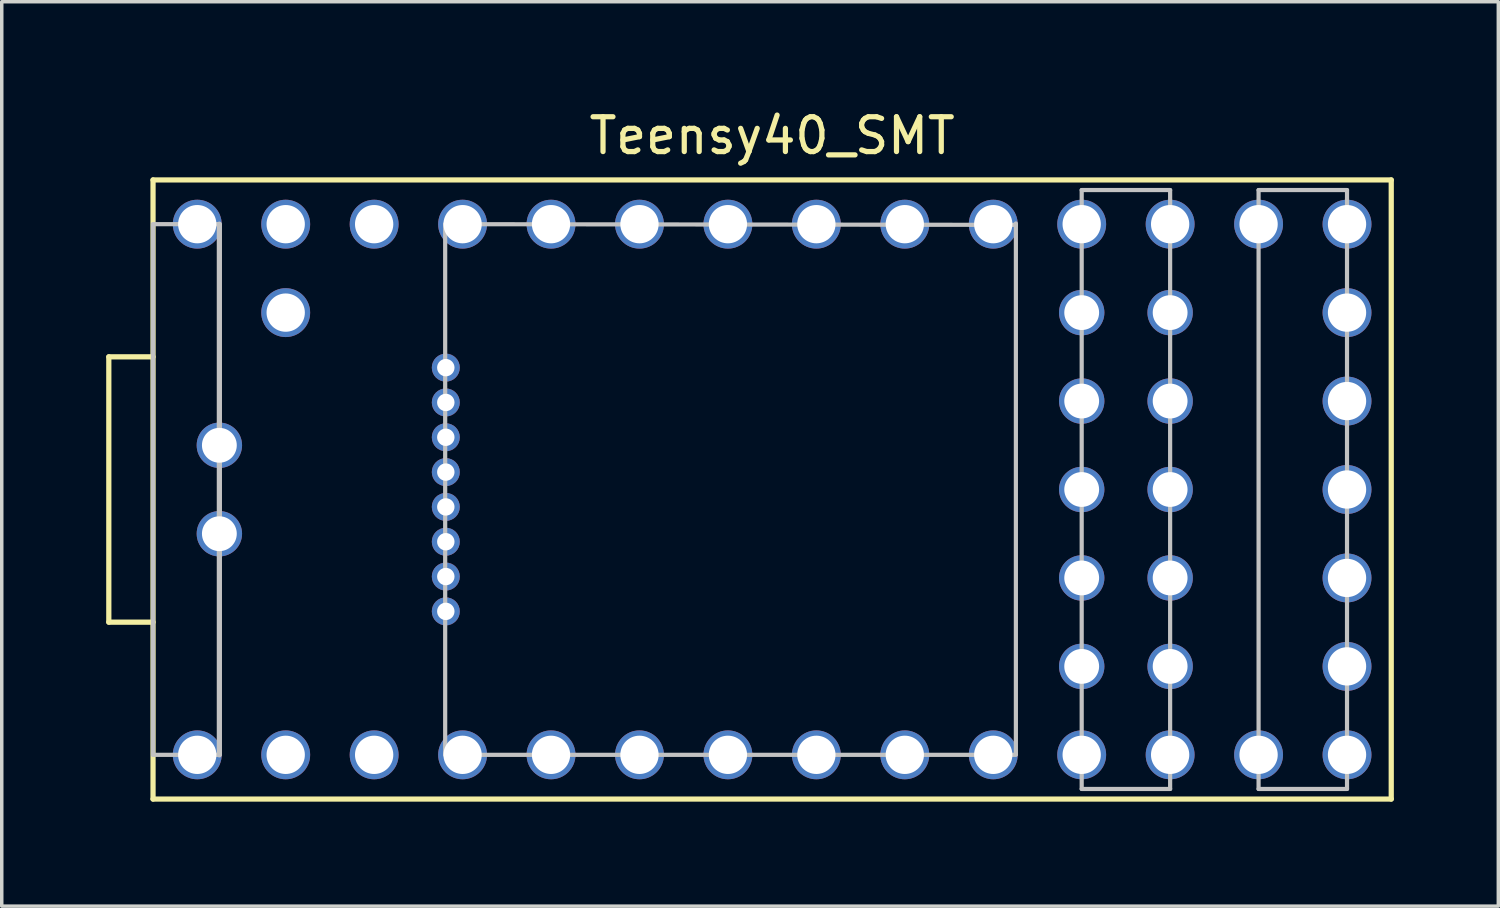
<source format=kicad_pcb>
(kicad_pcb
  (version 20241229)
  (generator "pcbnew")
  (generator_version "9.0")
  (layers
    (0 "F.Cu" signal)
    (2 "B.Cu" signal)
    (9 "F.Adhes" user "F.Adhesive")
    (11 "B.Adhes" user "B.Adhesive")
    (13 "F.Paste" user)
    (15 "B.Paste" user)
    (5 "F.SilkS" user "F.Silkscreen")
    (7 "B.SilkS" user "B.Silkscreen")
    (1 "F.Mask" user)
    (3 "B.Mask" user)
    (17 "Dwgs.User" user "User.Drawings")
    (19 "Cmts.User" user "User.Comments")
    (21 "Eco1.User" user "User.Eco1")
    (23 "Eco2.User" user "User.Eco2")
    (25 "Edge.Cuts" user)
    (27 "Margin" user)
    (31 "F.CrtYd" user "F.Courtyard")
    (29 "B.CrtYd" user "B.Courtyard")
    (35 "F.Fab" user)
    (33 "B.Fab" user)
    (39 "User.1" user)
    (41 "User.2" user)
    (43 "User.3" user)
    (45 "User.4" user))
  (footprint "Teensy40_SMT"
    (layer "F.Cu")
    (at 19.125 11.008)
    (property "Reference" "Teensy40_SMT" (at 0 -10.16 0) (layer "F.SilkS") (effects (font (size 1 1) (thickness 0.15))))
    (attr through_hole)
    (fp_line (start -19.05 -3.81) (end -19.05 3.81) (stroke (width 0.15) (type solid)) (layer "F.SilkS"))
    (fp_line (start -19.05 3.81) (end -17.78 3.81) (stroke (width 0.15) (type solid)) (layer "F.SilkS"))
    (fp_line (start -17.78 -8.89) (end -17.78 8.89) (stroke (width 0.15) (type solid)) (layer "F.SilkS"))
    (fp_line (start -17.78 -3.81) (end -19.05 -3.81) (stroke (width 0.15) (type solid)) (layer "F.SilkS"))
    (fp_line (start -17.78 8.89) (end 17.78 8.89) (stroke (width 0.15) (type solid)) (layer "F.SilkS"))
    (fp_line (start 17.78 -8.89) (end -17.78 -8.89) (stroke (width 0.15) (type solid)) (layer "F.SilkS"))
    (fp_line (start 17.78 8.89) (end 17.78 -8.89) (stroke (width 0.15) (type solid)) (layer "F.SilkS"))
    (fp_line (start -17.78 -7.62) (end -17.78 7.62) (stroke (width 0.12) (type solid)) (layer "Dwgs.User"))
    (fp_line (start -17.78 -7.62) (end -15.875 -7.62) (stroke (width 0.12) (type solid)) (layer "Dwgs.User"))
    (fp_line (start -17.78 7.62) (end -15.875 7.62) (stroke (width 0.12) (type solid)) (layer "Dwgs.User"))
    (fp_line (start -15.875 -7.62) (end -15.875 7.62) (stroke (width 0.15) (type solid)) (layer "Dwgs.User"))
    (fp_line (start -9.39 -7.62) (end -9.39 7.62) (stroke (width 0.12) (type solid)) (layer "Dwgs.User"))
    (fp_line (start -9.39 -7.62) (end 7 -7.6) (stroke (width 0.12) (type solid)) (layer "Dwgs.User"))
    (fp_line (start -9.39 7.62) (end 7 7.62) (stroke (width 0.12) (type solid)) (layer "Dwgs.User"))
    (fp_line (start 7 -7.64) (end 7 7.6) (stroke (width 0.12) (type solid)) (layer "Dwgs.User"))
    (fp_line (start 8.89 -8.6) (end 8.89 8.6) (stroke (width 0.12) (type solid)) (layer "Dwgs.User"))
    (fp_line (start 8.89 8.6) (end 11.43 8.6) (stroke (width 0.12) (type solid)) (layer "Dwgs.User"))
    (fp_line (start 11.43 -8.6) (end 8.89 -8.6) (stroke (width 0.12) (type solid)) (layer "Dwgs.User"))
    (fp_line (start 11.43 8.6) (end 11.43 -8.6) (stroke (width 0.12) (type solid)) (layer "Dwgs.User"))
    (fp_line (start 13.97 -8.6) (end 16.51 -8.6) (stroke (width 0.12) (type solid)) (layer "Dwgs.User"))
    (fp_line (start 13.97 8.6) (end 13.97 -8.6) (stroke (width 0.12) (type solid)) (layer "Dwgs.User"))
    (fp_line (start 16.51 -8.6) (end 16.51 8.6) (stroke (width 0.12) (type solid)) (layer "Dwgs.User"))
    (fp_line (start 16.51 8.6) (end 13.97 8.6) (stroke (width 0.12) (type solid)) (layer "Dwgs.User"))
    (fp_poly (pts (xy -17.272 -0.762) (xy -14.732 -0.762) (xy -14.732 -1.778) (xy -17.272 -1.778)) (stroke (width 0.1) (type solid)) (fill no) (layer "Eco1.User"))
    (fp_poly (pts (xy -17.272 1.778) (xy -14.732 1.778) (xy -14.732 0.762) (xy -17.272 0.762)) (stroke (width 0.1) (type solid)) (fill no) (layer "Eco1.User"))
    (fp_poly (pts (xy -9.5 -3.75) (xy -7.5 -3.75) (xy -7.5 -3.25) (xy -9.5 -3.25)) (stroke (width 0.1) (type solid)) (fill no) (layer "Eco1.User"))
    (fp_poly (pts (xy -9.5 -2.75) (xy -7.5 -2.75) (xy -7.5 -2.25) (xy -9.5 -2.25)) (stroke (width 0.1) (type solid)) (fill no) (layer "Eco1.User"))
    (fp_poly (pts (xy -9.5 -1.75) (xy -7.5 -1.75) (xy -7.5 -1.25) (xy -9.5 -1.25)) (stroke (width 0.1) (type solid)) (fill no) (layer "Eco1.User"))
    (fp_poly (pts (xy -9.5 -0.75) (xy -7.5 -0.75) (xy -7.5 -0.25) (xy -9.5 -0.25)) (stroke (width 0.1) (type solid)) (fill no) (layer "Eco1.User"))
    (fp_poly (pts (xy -9.5 0.25) (xy -7.5 0.25) (xy -7.5 0.75) (xy -9.5 0.75)) (stroke (width 0.1) (type solid)) (fill no) (layer "Eco1.User"))
    (fp_poly (pts (xy -9.5 1.25) (xy -7.5 1.25) (xy -7.5 1.75) (xy -9.5 1.75)) (stroke (width 0.1) (type solid)) (fill no) (layer "Eco1.User"))
    (fp_poly (pts (xy -9.5 2.25) (xy -7.5 2.25) (xy -7.5 2.75) (xy -9.5 2.75)) (stroke (width 0.1) (type solid)) (fill no) (layer "Eco1.User"))
    (fp_poly (pts (xy -9.5 3.25) (xy -7.5 3.25) (xy -7.5 3.75) (xy -9.5 3.75)) (stroke (width 0.1) (type solid)) (fill no) (layer "Eco1.User"))
    (fp_poly (pts (xy 6.858 -4.572) (xy 9.398 -4.572) (xy 9.398 -5.588) (xy 6.858 -5.588)) (stroke (width 0.1) (type solid)) (fill no) (layer "Eco1.User"))
    (fp_poly (pts (xy 6.858 -2.032) (xy 9.398 -2.032) (xy 9.398 -3.048) (xy 6.858 -3.048)) (stroke (width 0.1) (type solid)) (fill no) (layer "Eco1.User"))
    (fp_poly (pts (xy 6.858 0.508) (xy 9.398 0.508) (xy 9.398 -0.508) (xy 6.858 -0.508)) (stroke (width 0.1) (type solid)) (fill no) (layer "Eco1.User"))
    (fp_poly (pts (xy 6.858 3.048) (xy 9.398 3.048) (xy 9.398 2.032) (xy 6.858 2.032)) (stroke (width 0.1) (type solid)) (fill no) (layer "Eco1.User"))
    (fp_poly (pts (xy 6.858 5.588) (xy 9.398 5.588) (xy 9.398 4.572) (xy 6.858 4.572)) (stroke (width 0.1) (type solid)) (fill no) (layer "Eco1.User"))
    (fp_poly (pts (xy 10.922 -4.572) (xy 13.462 -4.572) (xy 13.462 -5.588) (xy 10.922 -5.588)) (stroke (width 0.1) (type solid)) (fill no) (layer "Eco1.User"))
    (fp_poly (pts (xy 10.922 -2.032) (xy 13.462 -2.032) (xy 13.462 -3.048) (xy 10.922 -3.048)) (stroke (width 0.1) (type solid)) (fill no) (layer "Eco1.User"))
    (fp_poly (pts (xy 10.922 0.508) (xy 13.462 0.508) (xy 13.462 -0.508) (xy 10.922 -0.508)) (stroke (width 0.1) (type solid)) (fill no) (layer "Eco1.User"))
    (fp_poly (pts (xy 10.922 3.048) (xy 13.462 3.048) (xy 13.462 2.032) (xy 10.922 2.032)) (stroke (width 0.1) (type solid)) (fill no) (layer "Eco1.User"))
    (fp_poly (pts (xy 10.922 5.588) (xy 13.462 5.588) (xy 13.462 4.572) (xy 10.922 4.572)) (stroke (width 0.1) (type solid)) (fill no) (layer "Eco1.User"))
    (pad "1" thru_hole circle (at -16.51 7.62) (size 1.404 1.404) (drill 1.1) (layers "*.Cu" "*.Mask"))
    (pad "2" thru_hole circle (at -13.97 7.62) (size 1.404 1.404) (drill 1.1) (layers "*.Cu" "*.Mask"))
    (pad "3" thru_hole circle (at -11.43 7.62) (size 1.404 1.404) (drill 1.1) (layers "*.Cu" "*.Mask"))
    (pad "4" thru_hole circle (at -8.89 7.62) (size 1.404 1.404) (drill 1.1) (layers "*.Cu" "*.Mask"))
    (pad "5" thru_hole circle (at -6.35 7.62) (size 1.404 1.404) (drill 1.1) (layers "*.Cu" "*.Mask"))
    (pad "6" thru_hole circle (at -3.81 7.62) (size 1.404 1.404) (drill 1.1) (layers "*.Cu" "*.Mask"))
    (pad "7" thru_hole circle (at -1.27 7.62) (size 1.404 1.404) (drill 1.1) (layers "*.Cu" "*.Mask"))
    (pad "8" thru_hole circle (at 1.27 7.62) (size 1.404 1.404) (drill 1.1) (layers "*.Cu" "*.Mask"))
    (pad "9" thru_hole circle (at 3.81 7.62) (size 1.404 1.404) (drill 1.1) (layers "*.Cu" "*.Mask"))
    (pad "10" thru_hole circle (at 6.35 7.62) (size 1.404 1.404) (drill 1.1) (layers "*.Cu" "*.Mask"))
    (pad "11" thru_hole circle (at 8.89 7.62) (size 1.404 1.404) (drill 1.1) (layers "*.Cu" "*.Mask"))
    (pad "12" thru_hole circle (at 11.43 7.62) (size 1.404 1.404) (drill 1.1) (layers "*.Cu" "*.Mask"))
    (pad "13" thru_hole circle (at 13.97 7.62) (size 1.404 1.404) (drill 1.1) (layers "*.Cu" "*.Mask"))
    (pad "14" thru_hole circle (at 16.51 7.62) (size 1.404 1.404) (drill 1.1) (layers "*.Cu" "*.Mask"))
    (pad "15" thru_hole circle (at 16.51 5.08) (size 1.404 1.404) (drill 1.1) (layers "*.Cu" "*.Mask"))
    (pad "16" thru_hole circle (at 16.51 2.54) (size 1.404 1.404) (drill 1.1) (layers "*.Cu" "*.Mask"))
    (pad "17" thru_hole circle (at 16.51 0) (size 1.404 1.404) (drill 1.1) (layers "*.Cu" "*.Mask"))
    (pad "18" thru_hole circle (at 16.51 -2.54) (size 1.404 1.404) (drill 1.1) (layers "*.Cu" "*.Mask"))
    (pad "19" thru_hole circle (at 16.51 -5.08) (size 1.404 1.404) (drill 1.1) (layers "*.Cu" "*.Mask"))
    (pad "20" thru_hole circle (at 16.51 -7.62) (size 1.404 1.404) (drill 1.1) (layers "*.Cu" "*.Mask"))
    (pad "21" thru_hole circle (at 13.97 -7.62) (size 1.404 1.404) (drill 1.1) (layers "*.Cu" "*.Mask"))
    (pad "22" thru_hole circle (at 11.43 -7.62) (size 1.404 1.404) (drill 1.1) (layers "*.Cu" "*.Mask"))
    (pad "23" thru_hole circle (at 8.89 -7.62) (size 1.404 1.404) (drill 1.1) (layers "*.Cu" "*.Mask"))
    (pad "24" thru_hole circle (at 6.35 -7.62) (size 1.404 1.404) (drill 1.1) (layers "*.Cu" "*.Mask"))
    (pad "25" thru_hole circle (at 3.81 -7.62) (size 1.404 1.404) (drill 1.1) (layers "*.Cu" "*.Mask"))
    (pad "26" thru_hole circle (at 1.27 -7.62) (size 1.404 1.404) (drill 1.1) (layers "*.Cu" "*.Mask"))
    (pad "27" thru_hole circle (at -1.27 -7.62) (size 1.404 1.404) (drill 1.1) (layers "*.Cu" "*.Mask"))
    (pad "28" thru_hole circle (at -3.81 -7.62) (size 1.404 1.404) (drill 1.1) (layers "*.Cu" "*.Mask"))
    (pad "29" thru_hole circle (at -6.35 -7.62) (size 1.404 1.404) (drill 1.1) (layers "*.Cu" "*.Mask"))
    (pad "30" thru_hole circle (at -8.89 -7.62) (size 1.404 1.404) (drill 1.1) (layers "*.Cu" "*.Mask"))
    (pad "31" thru_hole circle (at -11.43 -7.62) (size 1.404 1.404) (drill 1.1) (layers "*.Cu" "*.Mask"))
    (pad "32" thru_hole circle (at -13.97 -7.62) (size 1.404 1.404) (drill 1.1) (layers "*.Cu" "*.Mask"))
    (pad "33" thru_hole circle (at -16.51 -7.62) (size 1.404 1.404) (drill 1.1) (layers "*.Cu" "*.Mask"))
    (pad "34" thru_hole circle (at -13.97 -5.08) (size 1.404 1.404) (drill 1.1) (layers "*.Cu" "*.Mask"))
    (pad "35" thru_hole circle (at 11.43 -5.08) (size 1.304 1.304) (drill 1) (layers "*.Cu" "*.Mask"))
    (pad "36" thru_hole circle (at 8.89 -5.08) (size 1.304 1.304) (drill 1) (layers "*.Cu" "*.Mask"))
    (pad "37" thru_hole circle (at 11.43 -2.54) (size 1.304 1.304) (drill 1) (layers "*.Cu" "*.Mask"))
    (pad "38" thru_hole circle (at 8.89 -2.54) (size 1.304 1.304) (drill 1) (layers "*.Cu" "*.Mask"))
    (pad "39" thru_hole circle (at 11.43 0) (size 1.304 1.304) (drill 1) (layers "*.Cu" "*.Mask"))
    (pad "40" thru_hole circle (at 8.89 0) (size 1.304 1.304) (drill 1) (layers "*.Cu" "*.Mask"))
    (pad "41" thru_hole circle (at 11.43 2.54) (size 1.304 1.304) (drill 1) (layers "*.Cu" "*.Mask"))
    (pad "42" thru_hole circle (at 8.89 2.54) (size 1.304 1.304) (drill 1) (layers "*.Cu" "*.Mask"))
    (pad "43" thru_hole circle (at 11.43 5.08) (size 1.304 1.304) (drill 1) (layers "*.Cu" "*.Mask"))
    (pad "44" thru_hole circle (at 8.89 5.08) (size 1.304 1.304) (drill 1) (layers "*.Cu" "*.Mask"))
    (pad "45" thru_hole circle (at -9.372 -3.5) (size 0.804 0.804) (drill 0.5) (layers "*.Cu" "*.Mask"))
    (pad "46" thru_hole circle (at -9.372 -2.5) (size 0.804 0.804) (drill 0.5) (layers "*.Cu" "*.Mask"))
    (pad "47" thru_hole circle (at -9.372 -1.5) (size 0.804 0.804) (drill 0.5) (layers "*.Cu" "*.Mask"))
    (pad "48" thru_hole circle (at -9.372 -0.5) (size 0.804 0.804) (drill 0.5) (layers "*.Cu" "*.Mask"))
    (pad "49" thru_hole circle (at -9.372 0.5) (size 0.804 0.804) (drill 0.5) (layers "*.Cu" "*.Mask"))
    (pad "50" thru_hole circle (at -9.372 1.5) (size 0.804 0.804) (drill 0.5) (layers "*.Cu" "*.Mask"))
    (pad "51" thru_hole circle (at -9.372 2.5) (size 0.804 0.804) (drill 0.5) (layers "*.Cu" "*.Mask"))
    (pad "52" thru_hole circle (at -9.372 3.5) (size 0.804 0.804) (drill 0.5) (layers "*.Cu" "*.Mask"))
    (pad "53" thru_hole circle (at -15.875 -1.27) (size 1.304 1.304) (drill 1) (layers "*.Cu" "*.Mask"))
    (pad "54" thru_hole circle (at -15.875 1.27) (size 1.304 1.304) (drill 1) (layers "*.Cu" "*.Mask")))
  (gr_rect
    (start -3 -3)
    (end 39.98 22.973)
    (stroke (width 0.1) (type default))
    (fill no)
    (layer "Edge.Cuts")))
</source>
